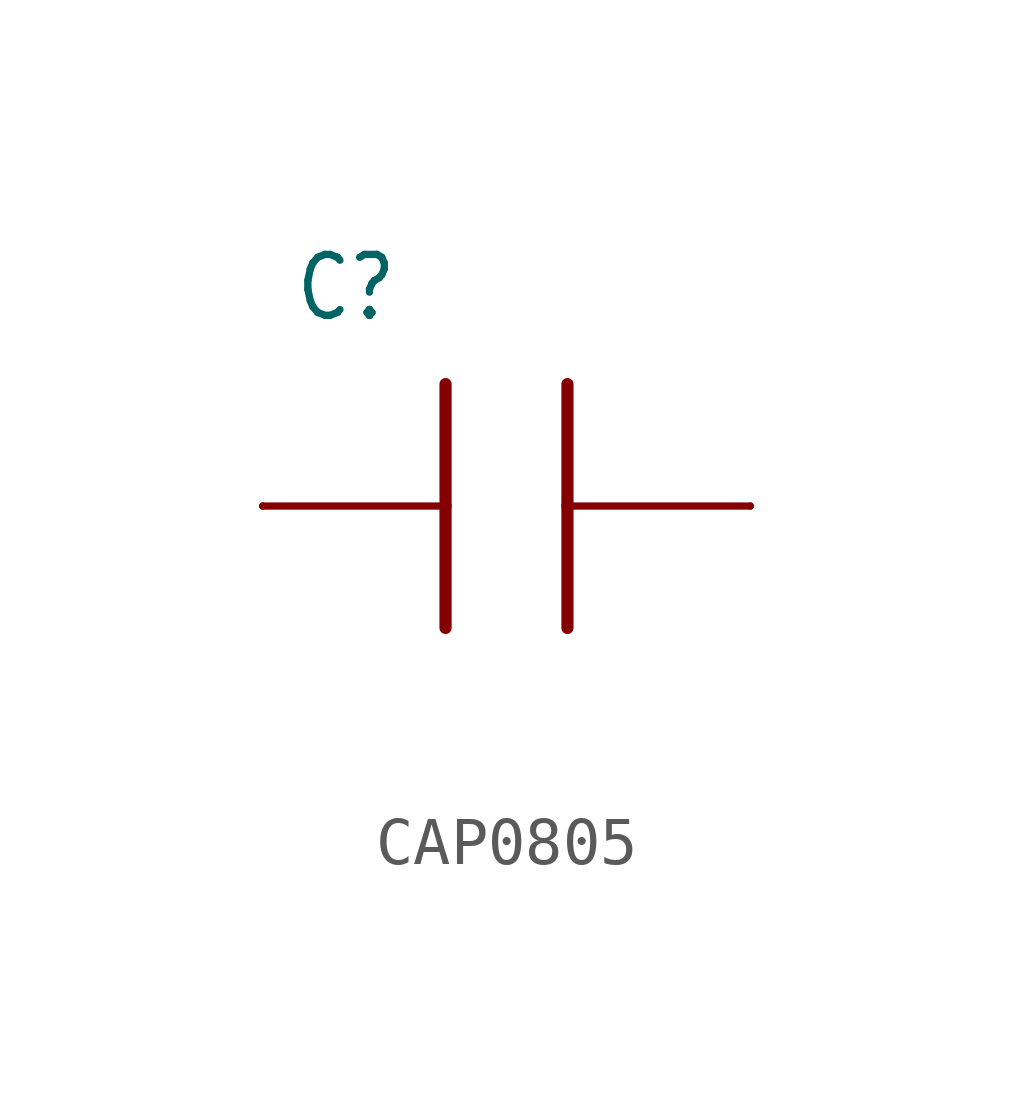
<source format=kicad_sym>
(kicad_symbol_lib
  (version 20231120)
  (generator "kicad_symbol_editor")
  (generator_version "8.0")
  (symbol "CAP0805"
    (property "Reference" "C"
      (at -4.445 3.81 0)
      (effects (font (size 1.27 1.079)) (justify left bottom)))
    (property "Value" ""
      (at -5.08 -5.08 0)
      (effects (font (size 1.27 1.079)) (justify left bottom)))
    (property "ki_locked" ""
      (at 0 0 0)
      (effects (font (size 1.27 1.27))))
    (symbol "CAP0805_1_0"
      (polyline (pts (xy -5.08 0) (xy -1.27 0)) (stroke (width 0.152) (type solid)) (fill (type none)))
      (polyline (pts (xy -1.27 0) (xy -1.27 -2.54)) (stroke (width 0.254) (type solid)) (fill (type none)))
      (polyline (pts (xy -1.27 2.54) (xy -1.27 0)) (stroke (width 0.254) (type solid)) (fill (type none)))
      (polyline (pts (xy 1.27 0) (xy 1.27 -2.54)) (stroke (width 0.254) (type solid)) (fill (type none)))
      (polyline (pts (xy 1.27 2.54) (xy 1.27 0)) (stroke (width 0.254) (type solid)) (fill (type none)))
      (polyline (pts (xy 5.08 0) (xy 1.27 0)) (stroke (width 0.152) (type solid)) (fill (type none)))
      (pin passive line (at -5.08 0 0) (length 0) (name "P$1" (effects (font (size 0 0)))) (number "1" (effects (font (size 0 0)))))
      (pin passive line (at 5.08 0 180) (length 0) (name "P$2" (effects (font (size 0 0)))) (number "2" (effects (font (size 0 0))))))))
</source>
